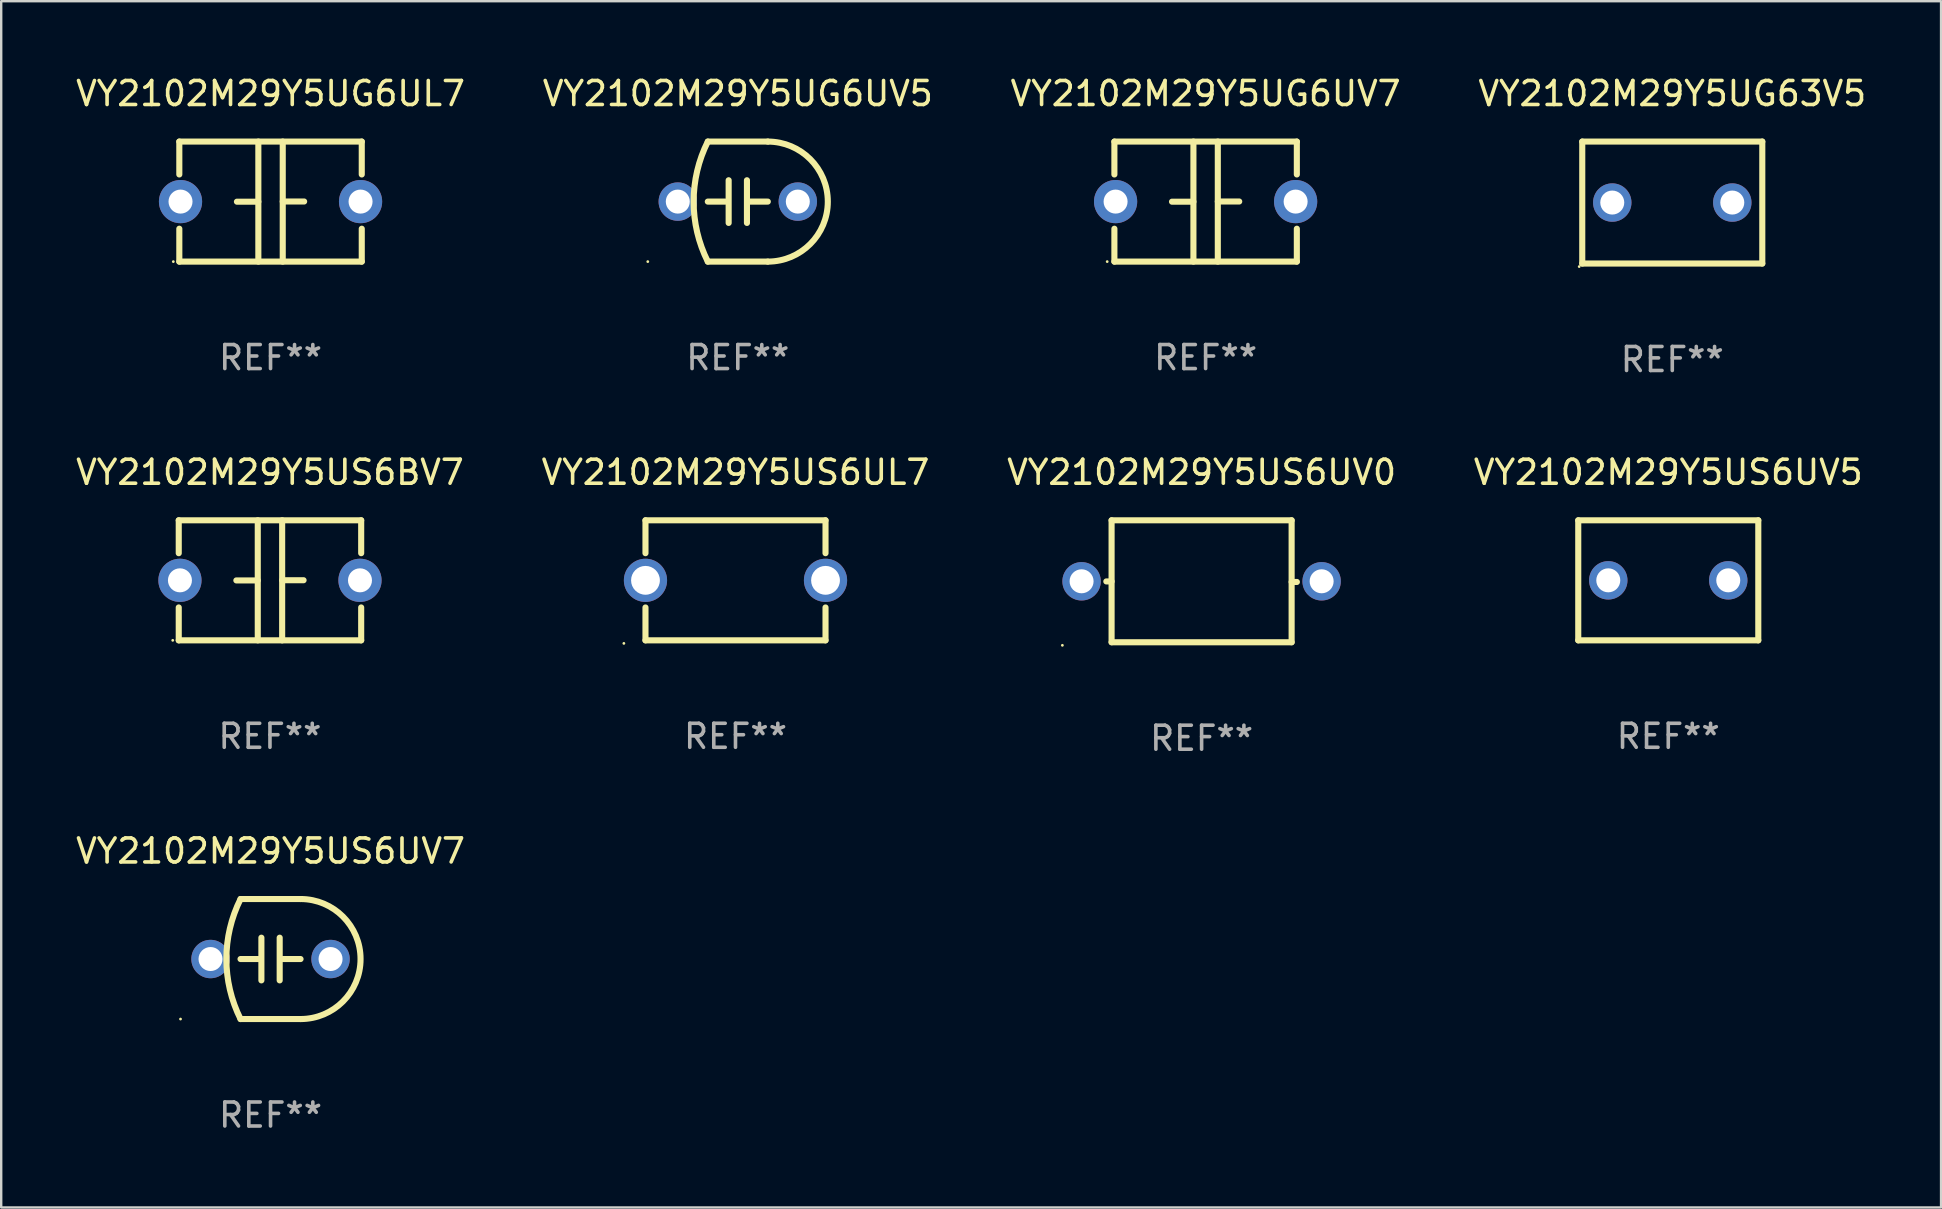
<source format=kicad_pcb>
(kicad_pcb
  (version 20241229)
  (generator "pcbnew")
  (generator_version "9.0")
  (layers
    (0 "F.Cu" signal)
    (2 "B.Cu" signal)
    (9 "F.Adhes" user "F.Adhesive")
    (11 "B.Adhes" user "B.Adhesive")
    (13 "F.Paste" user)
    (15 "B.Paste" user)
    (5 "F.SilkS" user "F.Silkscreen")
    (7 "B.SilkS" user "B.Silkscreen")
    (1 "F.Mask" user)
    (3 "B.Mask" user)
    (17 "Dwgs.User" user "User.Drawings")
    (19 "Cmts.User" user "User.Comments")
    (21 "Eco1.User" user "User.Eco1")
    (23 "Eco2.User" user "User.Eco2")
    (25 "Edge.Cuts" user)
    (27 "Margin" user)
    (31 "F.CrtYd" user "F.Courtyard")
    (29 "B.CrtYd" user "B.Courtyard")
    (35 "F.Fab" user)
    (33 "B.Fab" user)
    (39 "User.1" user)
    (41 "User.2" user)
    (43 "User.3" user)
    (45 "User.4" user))
  (footprint "VY2102M29Y5UG6UV7"
    (layer "F.Cu")
    (at 47.173 5.348)
    (property "Reference" "VY2102M29Y5UG6UV7" (at 0 -4.5 0) (layer "F.SilkS") (effects (font (size 1 1) (thickness 0.15))))
    (attr through_hole)
    (fp_line (start -3.8 -2.5) (end -3.8 -1.13) (stroke (width 0.254) (type solid)) (layer "F.SilkS"))
    (fp_line (start -3.8 -2.5) (end 3.8 -2.5) (stroke (width 0.254) (type solid)) (layer "F.SilkS"))
    (fp_line (start -3.8 1.13) (end -3.8 2.5) (stroke (width 0.254) (type solid)) (layer "F.SilkS"))
    (fp_line (start -3.8 2.5) (end 3.8 2.5) (stroke (width 0.254) (type solid)) (layer "F.SilkS"))
    (fp_line (start -0.508 0.004) (end -1.4 0.004) (stroke (width 0.254) (type solid)) (layer "F.SilkS"))
    (fp_line (start -0.508 2.5) (end -0.508 -2.5) (stroke (width 0.254) (type solid)) (layer "F.SilkS"))
    (fp_line (start 0.508 -2.5) (end 0.508 2.5) (stroke (width 0.254) (type solid)) (layer "F.SilkS"))
    (fp_line (start 0.508 -0.004) (end 1.4 -0.004) (stroke (width 0.254) (type solid)) (layer "F.SilkS"))
    (fp_line (start 3.8 -2.5) (end 3.8 -1.13) (stroke (width 0.254) (type solid)) (layer "F.SilkS"))
    (fp_line (start 3.8 1.13) (end 3.8 2.5) (stroke (width 0.254) (type solid)) (layer "F.SilkS"))
    (fp_circle (center -4.1 2.5) (end -4.07 2.5) (stroke (width 0.06) (type solid)) (fill no) (layer "F.SilkS"))
    (fp_text user "REF**" (at 0 6.5 0) (layer "F.Fab") (effects (font (size 1 1) (thickness 0.15))))
    (pad "1" thru_hole circle (at -3.75 0) (size 1.8 1.8) (drill 1) (layers "*.Cu" "*.Mask"))
    (pad "2" thru_hole circle (at 3.75 0) (size 1.8 1.8) (drill 1) (layers "*.Cu" "*.Mask")))
  (footprint "VY2102M29Y5UG63V5"
    (layer "F.Cu")
    (at 66.613 5.388)
    (property "Reference" "VY2102M29Y5UG63V5" (at 0 -4.54 0) (layer "F.SilkS") (effects (font (size 1 1) (thickness 0.15))))
    (attr through_hole)
    (fp_line (start -3.75 -2.54) (end 3.75 -2.54) (stroke (width 0.254) (type solid)) (layer "F.SilkS"))
    (fp_line (start -3.75 2.54) (end -3.75 -2.54) (stroke (width 0.254) (type solid)) (layer "F.SilkS"))
    (fp_line (start 3.75 -2.54) (end 3.75 2.54) (stroke (width 0.254) (type solid)) (layer "F.SilkS"))
    (fp_line (start 3.75 2.54) (end -3.75 2.54) (stroke (width 0.254) (type solid)) (layer "F.SilkS"))
    (fp_circle (center -3.877 2.667) (end -3.847 2.667) (stroke (width 0.06) (type solid)) (fill no) (layer "F.SilkS"))
    (fp_text user "REF**" (at 0 6.54 0) (layer "F.Fab") (effects (font (size 1 1) (thickness 0.15))))
    (pad "1" thru_hole circle (at -2.5 0) (size 1.6 1.6) (drill 1) (layers "*.Cu" "*.Mask"))
    (pad "2" thru_hole circle (at 2.5 0) (size 1.6 1.6) (drill 1) (layers "*.Cu" "*.Mask")))
  (footprint "VY2102M29Y5US6UV7"
    (layer "F.Cu")
    (at 8.22 36.901)
    (property "Reference" "VY2102M29Y5US6UV7" (at 0 -4.5 0) (layer "F.SilkS") (effects (font (size 1 1) (thickness 0.15))))
    (attr through_hole)
    (fp_line (start -1.25 0) (end -0.508 0) (stroke (width 0.254) (type solid)) (layer "F.SilkS"))
    (fp_line (start -1.25 -2.5) (end 1.25 -2.5) (stroke (width 0.254) (type solid)) (layer "F.SilkS"))
    (fp_line (start -1.25 2.5) (end 1.25 2.5) (stroke (width 0.254) (type solid)) (layer "F.SilkS"))
    (fp_line (start -0.381 -0.889) (end -0.381 0.889) (stroke (width 0.254) (type solid)) (layer "F.SilkS"))
    (fp_line (start 0.381 -0.889) (end 0.381 0.889) (stroke (width 0.254) (type solid)) (layer "F.SilkS"))
    (fp_line (start 1.25 0) (end 0.508 0) (stroke (width 0.254) (type solid)) (layer "F.SilkS"))
    (fp_arc (start -1.249607 2.5) (mid -1.839785 0.000003) (end -1.249632 -2.5) (stroke (width 0.254001) (type solid)) (layer "F.SilkS"))
    (fp_arc (start 1.249605 -2.5) (mid 3.749606 -0.000014) (end 1.249632 2.5) (stroke (width 0.254001) (type solid)) (layer "F.SilkS"))
    (fp_circle (center -3.75 2.5) (end -3.72 2.5) (stroke (width 0.06) (type solid)) (fill no) (layer "F.SilkS"))
    (fp_text user "REF**" (at 0 6.5 0) (layer "F.Fab") (effects (font (size 1 1) (thickness 0.15))))
    (pad "1" thru_hole circle (at -2.5 0) (size 1.6 1.6) (drill 1) (layers "*.Cu" "*.Mask"))
    (pad "2" thru_hole circle (at 2.5 0) (size 1.6 1.6) (drill 1) (layers "*.Cu" "*.Mask")))
  (footprint "VY2102M29Y5UG6UL7"
    (layer "F.Cu")
    (at 8.22 5.348)
    (property "Reference" "VY2102M29Y5UG6UL7" (at 0 -4.5 0) (layer "F.SilkS") (effects (font (size 1 1) (thickness 0.15))))
    (attr through_hole)
    (fp_line (start -3.8 -2.5) (end -3.8 -1.13) (stroke (width 0.254) (type solid)) (layer "F.SilkS"))
    (fp_line (start -3.8 -2.5) (end 3.8 -2.5) (stroke (width 0.254) (type solid)) (layer "F.SilkS"))
    (fp_line (start -3.8 1.13) (end -3.8 2.5) (stroke (width 0.254) (type solid)) (layer "F.SilkS"))
    (fp_line (start -3.8 2.5) (end 3.8 2.5) (stroke (width 0.254) (type solid)) (layer "F.SilkS"))
    (fp_line (start -0.508 0.004) (end -1.4 0.004) (stroke (width 0.254) (type solid)) (layer "F.SilkS"))
    (fp_line (start -0.508 2.5) (end -0.508 -2.5) (stroke (width 0.254) (type solid)) (layer "F.SilkS"))
    (fp_line (start 0.508 -2.5) (end 0.508 2.5) (stroke (width 0.254) (type solid)) (layer "F.SilkS"))
    (fp_line (start 0.508 -0.004) (end 1.4 -0.004) (stroke (width 0.254) (type solid)) (layer "F.SilkS"))
    (fp_line (start 3.8 -2.5) (end 3.8 -1.13) (stroke (width 0.254) (type solid)) (layer "F.SilkS"))
    (fp_line (start 3.8 1.13) (end 3.8 2.5) (stroke (width 0.254) (type solid)) (layer "F.SilkS"))
    (fp_circle (center -4.05 2.5) (end -4.02 2.5) (stroke (width 0.06) (type solid)) (fill no) (layer "F.SilkS"))
    (fp_text user "REF**" (at 0 6.5 0) (layer "F.Fab") (effects (font (size 1 1) (thickness 0.15))))
    (pad "1" thru_hole circle (at -3.75 0.000127) (size 1.8 1.8) (drill 1) (layers "*.Cu" "*.Mask"))
    (pad "2" thru_hole circle (at 3.75 0.000127) (size 1.8 1.8) (drill 1) (layers "*.Cu" "*.Mask")))
  (footprint "VY2102M29Y5US6UV0"
    (layer "F.Cu")
    (at 47.006 21.165)
    (property "Reference" "VY2102M29Y5US6UV0" (at 0 -4.54 0) (layer "F.SilkS") (effects (font (size 1 1) (thickness 0.15))))
    (attr through_hole)
    (fp_line (start -3.75 -2.54) (end 3.75 -2.54) (stroke (width 0.254) (type solid)) (layer "F.SilkS"))
    (fp_line (start -3.75 0.006) (end -3.969 0.006) (stroke (width 0.254) (type solid)) (layer "F.SilkS"))
    (fp_line (start -3.75 2.54) (end -3.75 -2.54) (stroke (width 0.254) (type solid)) (layer "F.SilkS"))
    (fp_line (start 3.75 -2.54) (end 3.75 2.54) (stroke (width 0.254) (type solid)) (layer "F.SilkS"))
    (fp_line (start 3.75 0.028) (end 3.969 0.028) (stroke (width 0.254) (type solid)) (layer "F.SilkS"))
    (fp_line (start 3.75 2.54) (end -3.75 2.54) (stroke (width 0.254) (type solid)) (layer "F.SilkS"))
    (fp_circle (center -5.8 2.667) (end -5.77 2.667) (stroke (width 0.06) (type solid)) (fill no) (layer "F.SilkS"))
    (fp_text user "REF**" (at 0 6.54 0) (layer "F.Fab") (effects (font (size 1 1) (thickness 0.15))))
    (pad "1" thru_hole circle (at -5 0) (size 1.6 1.6) (drill 1) (layers "*.Cu" "*.Mask"))
    (pad "2" thru_hole circle (at 5 0) (size 1.6 1.6) (drill 1) (layers "*.Cu" "*.Mask")))
  (footprint "VY2102M29Y5US6BV7"
    (layer "F.Cu")
    (at 8.196 21.125)
    (property "Reference" "VY2102M29Y5US6BV7" (at 0 -4.5 0) (layer "F.SilkS") (effects (font (size 1 1) (thickness 0.15))))
    (attr through_hole)
    (fp_line (start -3.8 -2.5) (end -3.8 -1.13) (stroke (width 0.254) (type solid)) (layer "F.SilkS"))
    (fp_line (start -3.8 -2.5) (end 3.8 -2.5) (stroke (width 0.254) (type solid)) (layer "F.SilkS"))
    (fp_line (start -3.8 1.13) (end -3.8 2.5) (stroke (width 0.254) (type solid)) (layer "F.SilkS"))
    (fp_line (start -3.8 2.5) (end 3.8 2.5) (stroke (width 0.254) (type solid)) (layer "F.SilkS"))
    (fp_line (start -0.508 0.004) (end -1.4 0.004) (stroke (width 0.254) (type solid)) (layer "F.SilkS"))
    (fp_line (start -0.508 2.5) (end -0.508 -2.5) (stroke (width 0.254) (type solid)) (layer "F.SilkS"))
    (fp_line (start 0.508 -2.5) (end 0.508 2.5) (stroke (width 0.254) (type solid)) (layer "F.SilkS"))
    (fp_line (start 0.508 -0.004) (end 1.4 -0.004) (stroke (width 0.254) (type solid)) (layer "F.SilkS"))
    (fp_line (start 3.8 -2.5) (end 3.8 -1.13) (stroke (width 0.254) (type solid)) (layer "F.SilkS"))
    (fp_line (start 3.8 1.13) (end 3.8 2.5) (stroke (width 0.254) (type solid)) (layer "F.SilkS"))
    (fp_circle (center -4.05 2.5) (end -4.02 2.5) (stroke (width 0.06) (type solid)) (fill no) (layer "F.SilkS"))
    (fp_text user "REF**" (at 0 6.5 0) (layer "F.Fab") (effects (font (size 1 1) (thickness 0.15))))
    (pad "1" thru_hole circle (at -3.75 0.000127) (size 1.8 1.8) (drill 1) (layers "*.Cu" "*.Mask"))
    (pad "2" thru_hole circle (at 3.75 0.000127) (size 1.8 1.8) (drill 1) (layers "*.Cu" "*.Mask")))
  (footprint "VY2102M29Y5US6UV5"
    (layer "F.Cu")
    (at 66.446 21.125)
    (property "Reference" "VY2102M29Y5US6UV5" (at 0 -4.5 0) (layer "F.SilkS") (effects (font (size 1 1) (thickness 0.15))))
    (attr through_hole)
    (fp_line (start -3.75 -2.5) (end -3.75 2.5) (stroke (width 0.254) (type solid)) (layer "F.SilkS"))
    (fp_line (start -3.75 -2.5) (end 3.75 -2.5) (stroke (width 0.254) (type solid)) (layer "F.SilkS"))
    (fp_line (start -3.75 2.5) (end 3.75 2.5) (stroke (width 0.254) (type solid)) (layer "F.SilkS"))
    (fp_line (start 3.75 -2.5) (end 3.75 2.5) (stroke (width 0.254) (type solid)) (layer "F.SilkS"))
    (fp_circle (center -3.75 2.5) (end -3.72 2.5) (stroke (width 0.06) (type solid)) (fill no) (layer "F.SilkS"))
    (fp_text user "REF**" (at 0 6.5 0) (layer "F.Fab") (effects (font (size 1 1) (thickness 0.15))))
    (pad "1" thru_hole circle (at -2.499 0) (size 1.6 1.6) (drill 1) (layers "*.Cu" "*.Mask"))
    (pad "2" thru_hole circle (at 2.499 0) (size 1.6 1.6) (drill 1) (layers "*.Cu" "*.Mask")))
  (footprint "VY2102M29Y5US6UL7"
    (layer "F.Cu")
    (at 27.589 21.125)
    (property "Reference" "VY2102M29Y5US6UL7" (at 0 -4.5 0) (layer "F.SilkS") (effects (font (size 1 1) (thickness 0.15))))
    (attr through_hole)
    (fp_line (start -3.75 -2.5) (end -3.75 -1.131) (stroke (width 0.254) (type solid)) (layer "F.SilkS"))
    (fp_line (start -3.75 -2.5) (end 3.75 -2.5) (stroke (width 0.254) (type solid)) (layer "F.SilkS"))
    (fp_line (start -3.75 1.131) (end -3.75 2.5) (stroke (width 0.254) (type solid)) (layer "F.SilkS"))
    (fp_line (start 3.75 -2.5) (end 3.75 -1.131) (stroke (width 0.254) (type solid)) (layer "F.SilkS"))
    (fp_line (start 3.75 1.131) (end 3.75 2.5) (stroke (width 0.254) (type solid)) (layer "F.SilkS"))
    (fp_line (start 3.75 2.5) (end -3.75 2.5) (stroke (width 0.254) (type solid)) (layer "F.SilkS"))
    (fp_circle (center -4.65 2.627) (end -4.62 2.627) (stroke (width 0.06) (type solid)) (fill no) (layer "F.SilkS"))
    (fp_text user "REF**" (at 0 6.5 0) (layer "F.Fab") (effects (font (size 1 1) (thickness 0.15))))
    (pad "1" thru_hole circle (at -3.75 0) (size 1.8 1.8) (drill 1.2) (layers "*.Cu" "*.Mask"))
    (pad "2" thru_hole circle (at 3.75 0) (size 1.8 1.8) (drill 1.2) (layers "*.Cu" "*.Mask")))
  (footprint "VY2102M29Y5UG6UV5"
    (layer "F.Cu")
    (at 27.685 5.348)
    (property "Reference" "VY2102M29Y5UG6UV5" (at 0 -4.5 0) (layer "F.SilkS") (effects (font (size 1 1) (thickness 0.15))))
    (attr through_hole)
    (fp_line (start -1.25 0) (end -0.508 0) (stroke (width 0.254) (type solid)) (layer "F.SilkS"))
    (fp_line (start -1.25 -2.5) (end 1.25 -2.5) (stroke (width 0.254) (type solid)) (layer "F.SilkS"))
    (fp_line (start -1.25 2.5) (end 1.25 2.5) (stroke (width 0.254) (type solid)) (layer "F.SilkS"))
    (fp_line (start -0.381 -0.889) (end -0.381 0.889) (stroke (width 0.254) (type solid)) (layer "F.SilkS"))
    (fp_line (start 0.381 -0.889) (end 0.381 0.889) (stroke (width 0.254) (type solid)) (layer "F.SilkS"))
    (fp_line (start 1.25 0) (end 0.508 0) (stroke (width 0.254) (type solid)) (layer "F.SilkS"))
    (fp_arc (start -1.249607 2.5) (mid -1.839785 0.000003) (end -1.249632 -2.5) (stroke (width 0.254001) (type solid)) (layer "F.SilkS"))
    (fp_arc (start 1.249605 -2.5) (mid 3.749606 -0.000014) (end 1.249632 2.5) (stroke (width 0.254001) (type solid)) (layer "F.SilkS"))
    (fp_circle (center -3.75 2.5) (end -3.72 2.5) (stroke (width 0.06) (type solid)) (fill no) (layer "F.SilkS"))
    (fp_text user "REF**" (at 0 6.5 0) (layer "F.Fab") (effects (font (size 1 1) (thickness 0.15))))
    (pad "1" thru_hole circle (at -2.5 0) (size 1.6 1.6) (drill 1) (layers "*.Cu" "*.Mask"))
    (pad "2" thru_hole circle (at 2.5 0) (size 1.6 1.6) (drill 1) (layers "*.Cu" "*.Mask")))
  (gr_rect
    (start -3 -3)
    (end 77.81 47.25)
    (stroke (width 0.1) (type default))
    (fill no)
    (layer "Edge.Cuts")))
</source>
